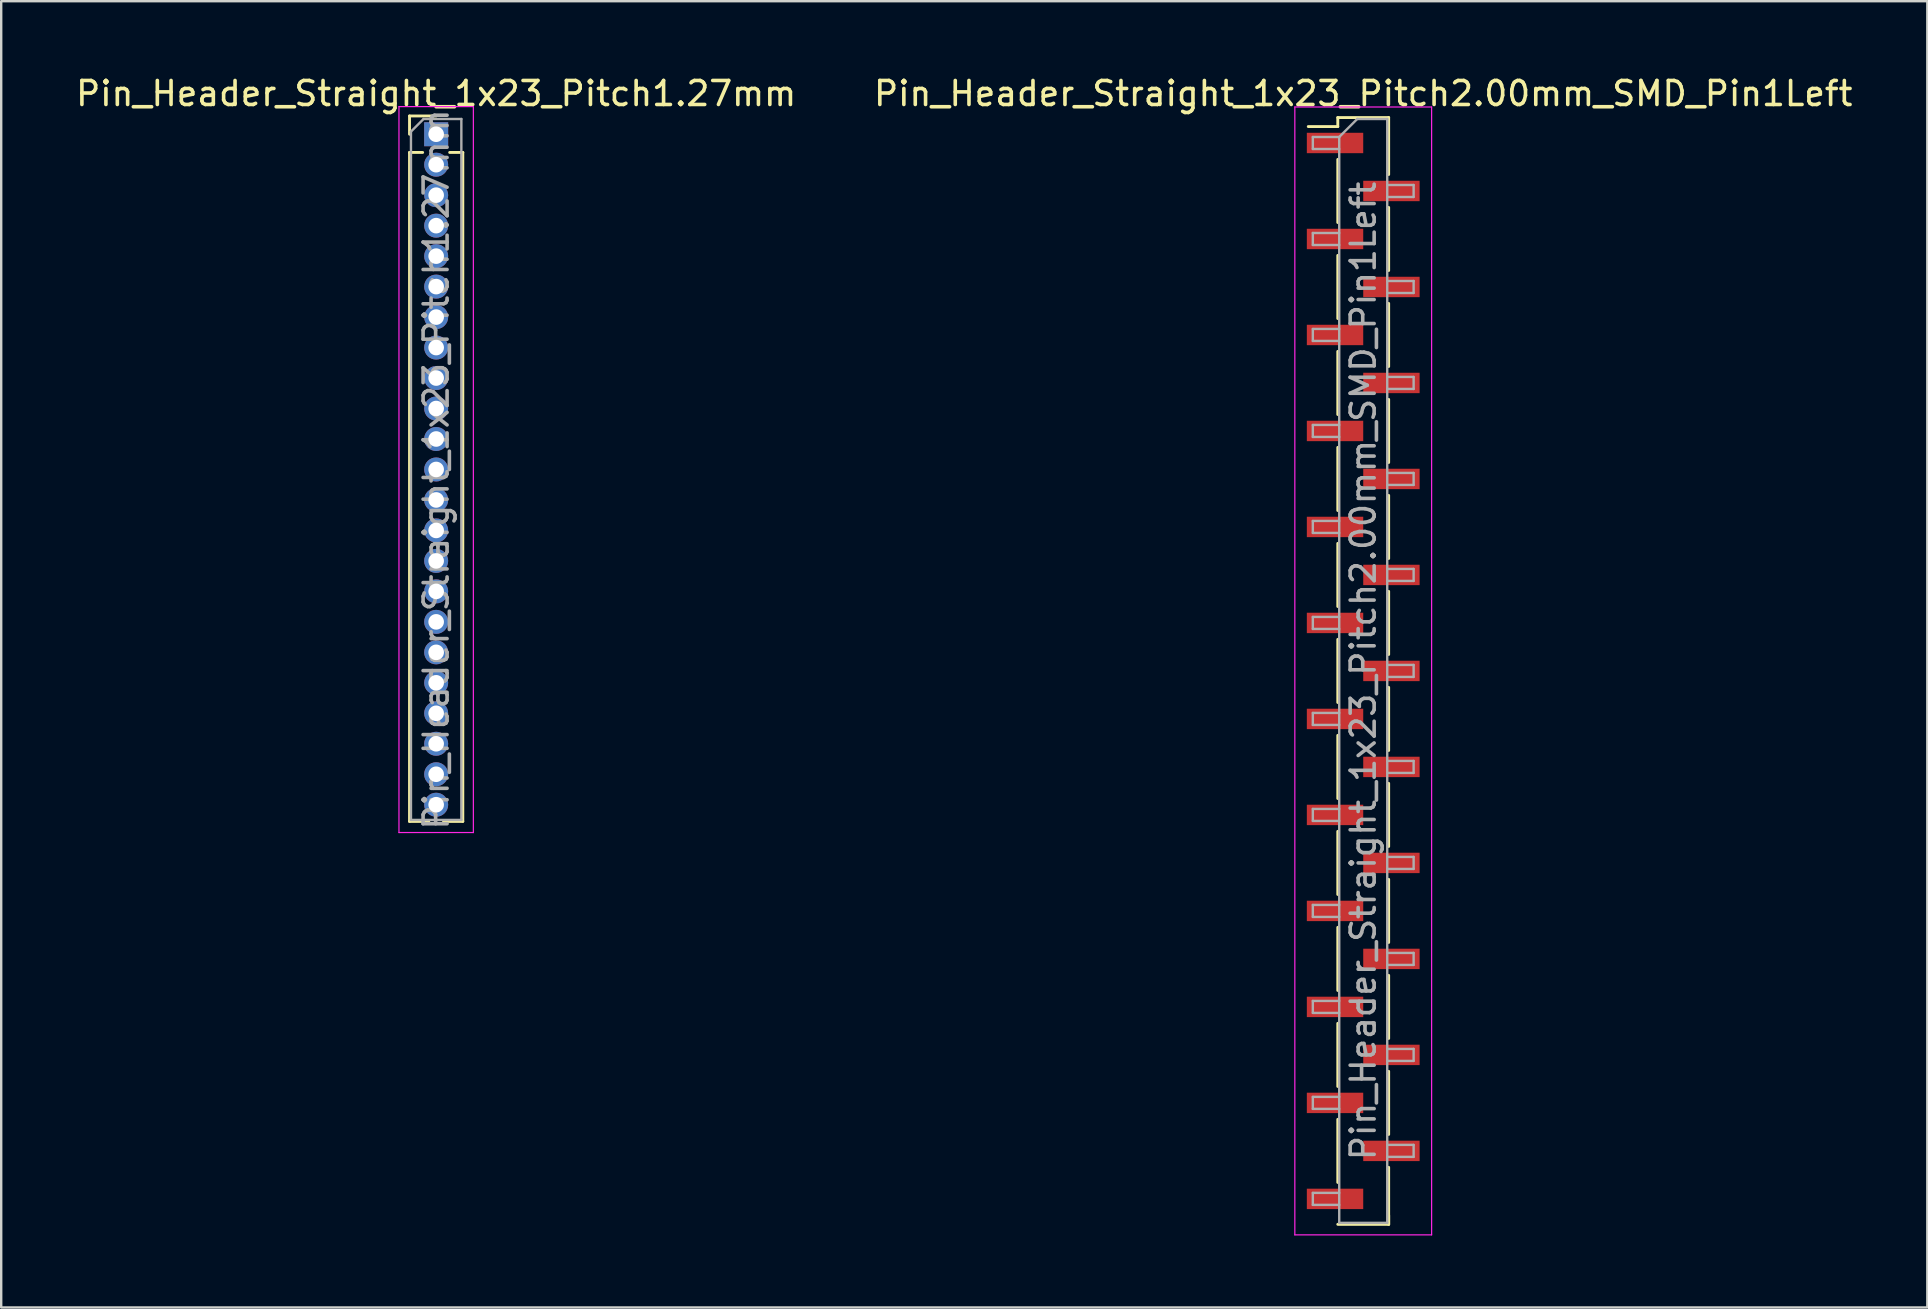
<source format=kicad_pcb>
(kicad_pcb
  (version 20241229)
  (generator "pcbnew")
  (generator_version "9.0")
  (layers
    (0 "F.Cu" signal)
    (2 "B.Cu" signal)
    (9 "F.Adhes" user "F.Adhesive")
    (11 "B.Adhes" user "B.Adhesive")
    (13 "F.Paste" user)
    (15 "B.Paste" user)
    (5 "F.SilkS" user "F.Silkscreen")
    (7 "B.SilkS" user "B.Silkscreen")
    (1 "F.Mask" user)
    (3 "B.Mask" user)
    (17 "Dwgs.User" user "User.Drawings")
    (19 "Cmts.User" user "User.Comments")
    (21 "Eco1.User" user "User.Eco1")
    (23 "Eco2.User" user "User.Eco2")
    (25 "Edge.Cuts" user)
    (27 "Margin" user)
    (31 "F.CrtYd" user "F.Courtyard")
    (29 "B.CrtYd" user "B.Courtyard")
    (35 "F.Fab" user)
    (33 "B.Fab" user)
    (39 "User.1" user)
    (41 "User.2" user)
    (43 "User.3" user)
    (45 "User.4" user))
  (footprint "Pin_Header_Straight_1x23_Pitch2.00mm_SMD_Pin1Left"
    (layer "F.Cu")
    (at 53.756 24.908)
    (property "Reference" "Pin_Header_Straight_1x23_Pitch2.00mm_SMD_Pin1Left" (at 0 -24.06 0) (layer "F.SilkS") (effects (font (size 1 1) (thickness 0.15))))
    (attr smd)
    (fp_line (start -1.06 -23.06) (end -1.06 -22.685) (stroke (width 0.12) (type solid)) (layer "F.SilkS"))
    (fp_line (start -1.06 -23.06) (end 1.06 -23.06) (stroke (width 0.12) (type solid)) (layer "F.SilkS"))
    (fp_line (start -1.06 -22.685) (end -2.29 -22.685) (stroke (width 0.12) (type solid)) (layer "F.SilkS"))
    (fp_line (start -1.06 -21.315) (end -1.06 -18.685) (stroke (width 0.12) (type solid)) (layer "F.SilkS"))
    (fp_line (start -1.06 -17.315) (end -1.06 -14.685) (stroke (width 0.12) (type solid)) (layer "F.SilkS"))
    (fp_line (start -1.06 -13.315) (end -1.06 -10.685) (stroke (width 0.12) (type solid)) (layer "F.SilkS"))
    (fp_line (start -1.06 -9.315) (end -1.06 -6.685) (stroke (width 0.12) (type solid)) (layer "F.SilkS"))
    (fp_line (start -1.06 -5.315) (end -1.06 -2.685) (stroke (width 0.12) (type solid)) (layer "F.SilkS"))
    (fp_line (start -1.06 -1.315) (end -1.06 1.315) (stroke (width 0.12) (type solid)) (layer "F.SilkS"))
    (fp_line (start -1.06 2.685) (end -1.06 5.315) (stroke (width 0.12) (type solid)) (layer "F.SilkS"))
    (fp_line (start -1.06 6.685) (end -1.06 9.315) (stroke (width 0.12) (type solid)) (layer "F.SilkS"))
    (fp_line (start -1.06 10.685) (end -1.06 13.315) (stroke (width 0.12) (type solid)) (layer "F.SilkS"))
    (fp_line (start -1.06 14.685) (end -1.06 17.315) (stroke (width 0.12) (type solid)) (layer "F.SilkS"))
    (fp_line (start -1.06 18.685) (end -1.06 21.315) (stroke (width 0.12) (type solid)) (layer "F.SilkS"))
    (fp_line (start -1.06 23.06) (end 1.06 23.06) (stroke (width 0.12) (type solid)) (layer "F.SilkS"))
    (fp_line (start 1.06 -23.06) (end 1.06 -20.685) (stroke (width 0.12) (type solid)) (layer "F.SilkS"))
    (fp_line (start 1.06 -19.315) (end 1.06 -16.685) (stroke (width 0.12) (type solid)) (layer "F.SilkS"))
    (fp_line (start 1.06 -15.315) (end 1.06 -12.685) (stroke (width 0.12) (type solid)) (layer "F.SilkS"))
    (fp_line (start 1.06 -11.315) (end 1.06 -8.685) (stroke (width 0.12) (type solid)) (layer "F.SilkS"))
    (fp_line (start 1.06 -7.315) (end 1.06 -4.685) (stroke (width 0.12) (type solid)) (layer "F.SilkS"))
    (fp_line (start 1.06 -3.315) (end 1.06 -0.685) (stroke (width 0.12) (type solid)) (layer "F.SilkS"))
    (fp_line (start 1.06 0.685) (end 1.06 3.315) (stroke (width 0.12) (type solid)) (layer "F.SilkS"))
    (fp_line (start 1.06 4.685) (end 1.06 7.315) (stroke (width 0.12) (type solid)) (layer "F.SilkS"))
    (fp_line (start 1.06 8.685) (end 1.06 11.315) (stroke (width 0.12) (type solid)) (layer "F.SilkS"))
    (fp_line (start 1.06 12.685) (end 1.06 15.315) (stroke (width 0.12) (type solid)) (layer "F.SilkS"))
    (fp_line (start 1.06 16.685) (end 1.06 19.315) (stroke (width 0.12) (type solid)) (layer "F.SilkS"))
    (fp_line (start 1.06 20.685) (end 1.06 23.06) (stroke (width 0.12) (type solid)) (layer "F.SilkS"))
    (fp_line (start 1.06 22.685) (end 1.06 23.06) (stroke (width 0.12) (type solid)) (layer "F.SilkS"))
    (fp_line (start -2.85 -23.5) (end -2.85 23.5) (stroke (width 0.05) (type solid)) (layer "F.CrtYd"))
    (fp_line (start -2.85 23.5) (end 2.85 23.5) (stroke (width 0.05) (type solid)) (layer "F.CrtYd"))
    (fp_line (start 2.85 -23.5) (end -2.85 -23.5) (stroke (width 0.05) (type solid)) (layer "F.CrtYd"))
    (fp_line (start 2.85 23.5) (end 2.85 -23.5) (stroke (width 0.05) (type solid)) (layer "F.CrtYd"))
    (fp_line (start -2.1 -22.25) (end -2.1 -21.75) (stroke (width 0.1) (type solid)) (layer "F.Fab"))
    (fp_line (start -2.1 -21.75) (end -1 -21.75) (stroke (width 0.1) (type solid)) (layer "F.Fab"))
    (fp_line (start -2.1 -18.25) (end -2.1 -17.75) (stroke (width 0.1) (type solid)) (layer "F.Fab"))
    (fp_line (start -2.1 -17.75) (end -1 -17.75) (stroke (width 0.1) (type solid)) (layer "F.Fab"))
    (fp_line (start -2.1 -14.25) (end -2.1 -13.75) (stroke (width 0.1) (type solid)) (layer "F.Fab"))
    (fp_line (start -2.1 -13.75) (end -1 -13.75) (stroke (width 0.1) (type solid)) (layer "F.Fab"))
    (fp_line (start -2.1 -10.25) (end -2.1 -9.75) (stroke (width 0.1) (type solid)) (layer "F.Fab"))
    (fp_line (start -2.1 -9.75) (end -1 -9.75) (stroke (width 0.1) (type solid)) (layer "F.Fab"))
    (fp_line (start -2.1 -6.25) (end -2.1 -5.75) (stroke (width 0.1) (type solid)) (layer "F.Fab"))
    (fp_line (start -2.1 -5.75) (end -1 -5.75) (stroke (width 0.1) (type solid)) (layer "F.Fab"))
    (fp_line (start -2.1 -2.25) (end -2.1 -1.75) (stroke (width 0.1) (type solid)) (layer "F.Fab"))
    (fp_line (start -2.1 -1.75) (end -1 -1.75) (stroke (width 0.1) (type solid)) (layer "F.Fab"))
    (fp_line (start -2.1 1.75) (end -2.1 2.25) (stroke (width 0.1) (type solid)) (layer "F.Fab"))
    (fp_line (start -2.1 2.25) (end -1 2.25) (stroke (width 0.1) (type solid)) (layer "F.Fab"))
    (fp_line (start -2.1 5.75) (end -2.1 6.25) (stroke (width 0.1) (type solid)) (layer "F.Fab"))
    (fp_line (start -2.1 6.25) (end -1 6.25) (stroke (width 0.1) (type solid)) (layer "F.Fab"))
    (fp_line (start -2.1 9.75) (end -2.1 10.25) (stroke (width 0.1) (type solid)) (layer "F.Fab"))
    (fp_line (start -2.1 10.25) (end -1 10.25) (stroke (width 0.1) (type solid)) (layer "F.Fab"))
    (fp_line (start -2.1 13.75) (end -2.1 14.25) (stroke (width 0.1) (type solid)) (layer "F.Fab"))
    (fp_line (start -2.1 14.25) (end -1 14.25) (stroke (width 0.1) (type solid)) (layer "F.Fab"))
    (fp_line (start -2.1 17.75) (end -2.1 18.25) (stroke (width 0.1) (type solid)) (layer "F.Fab"))
    (fp_line (start -2.1 18.25) (end -1 18.25) (stroke (width 0.1) (type solid)) (layer "F.Fab"))
    (fp_line (start -2.1 21.75) (end -2.1 22.25) (stroke (width 0.1) (type solid)) (layer "F.Fab"))
    (fp_line (start -2.1 22.25) (end -1 22.25) (stroke (width 0.1) (type solid)) (layer "F.Fab"))
    (fp_line (start -1 -22.25) (end -2.1 -22.25) (stroke (width 0.1) (type solid)) (layer "F.Fab"))
    (fp_line (start -1 -22.25) (end -0.25 -23) (stroke (width 0.1) (type solid)) (layer "F.Fab"))
    (fp_line (start -1 -18.25) (end -2.1 -18.25) (stroke (width 0.1) (type solid)) (layer "F.Fab"))
    (fp_line (start -1 -14.25) (end -2.1 -14.25) (stroke (width 0.1) (type solid)) (layer "F.Fab"))
    (fp_line (start -1 -10.25) (end -2.1 -10.25) (stroke (width 0.1) (type solid)) (layer "F.Fab"))
    (fp_line (start -1 -6.25) (end -2.1 -6.25) (stroke (width 0.1) (type solid)) (layer "F.Fab"))
    (fp_line (start -1 -2.25) (end -2.1 -2.25) (stroke (width 0.1) (type solid)) (layer "F.Fab"))
    (fp_line (start -1 1.75) (end -2.1 1.75) (stroke (width 0.1) (type solid)) (layer "F.Fab"))
    (fp_line (start -1 5.75) (end -2.1 5.75) (stroke (width 0.1) (type solid)) (layer "F.Fab"))
    (fp_line (start -1 9.75) (end -2.1 9.75) (stroke (width 0.1) (type solid)) (layer "F.Fab"))
    (fp_line (start -1 13.75) (end -2.1 13.75) (stroke (width 0.1) (type solid)) (layer "F.Fab"))
    (fp_line (start -1 17.75) (end -2.1 17.75) (stroke (width 0.1) (type solid)) (layer "F.Fab"))
    (fp_line (start -1 21.75) (end -2.1 21.75) (stroke (width 0.1) (type solid)) (layer "F.Fab"))
    (fp_line (start -1 23) (end -1 -22.25) (stroke (width 0.1) (type solid)) (layer "F.Fab"))
    (fp_line (start -0.25 -23) (end 1 -23) (stroke (width 0.1) (type solid)) (layer "F.Fab"))
    (fp_line (start 1 -23) (end 1 23) (stroke (width 0.1) (type solid)) (layer "F.Fab"))
    (fp_line (start 1 -20.25) (end 2.1 -20.25) (stroke (width 0.1) (type solid)) (layer "F.Fab"))
    (fp_line (start 1 -16.25) (end 2.1 -16.25) (stroke (width 0.1) (type solid)) (layer "F.Fab"))
    (fp_line (start 1 -12.25) (end 2.1 -12.25) (stroke (width 0.1) (type solid)) (layer "F.Fab"))
    (fp_line (start 1 -8.25) (end 2.1 -8.25) (stroke (width 0.1) (type solid)) (layer "F.Fab"))
    (fp_line (start 1 -4.25) (end 2.1 -4.25) (stroke (width 0.1) (type solid)) (layer "F.Fab"))
    (fp_line (start 1 -0.25) (end 2.1 -0.25) (stroke (width 0.1) (type solid)) (layer "F.Fab"))
    (fp_line (start 1 3.75) (end 2.1 3.75) (stroke (width 0.1) (type solid)) (layer "F.Fab"))
    (fp_line (start 1 7.75) (end 2.1 7.75) (stroke (width 0.1) (type solid)) (layer "F.Fab"))
    (fp_line (start 1 11.75) (end 2.1 11.75) (stroke (width 0.1) (type solid)) (layer "F.Fab"))
    (fp_line (start 1 15.75) (end 2.1 15.75) (stroke (width 0.1) (type solid)) (layer "F.Fab"))
    (fp_line (start 1 19.75) (end 2.1 19.75) (stroke (width 0.1) (type solid)) (layer "F.Fab"))
    (fp_line (start 1 23) (end -1 23) (stroke (width 0.1) (type solid)) (layer "F.Fab"))
    (fp_line (start 2.1 -20.25) (end 2.1 -19.75) (stroke (width 0.1) (type solid)) (layer "F.Fab"))
    (fp_line (start 2.1 -19.75) (end 1 -19.75) (stroke (width 0.1) (type solid)) (layer "F.Fab"))
    (fp_line (start 2.1 -16.25) (end 2.1 -15.75) (stroke (width 0.1) (type solid)) (layer "F.Fab"))
    (fp_line (start 2.1 -15.75) (end 1 -15.75) (stroke (width 0.1) (type solid)) (layer "F.Fab"))
    (fp_line (start 2.1 -12.25) (end 2.1 -11.75) (stroke (width 0.1) (type solid)) (layer "F.Fab"))
    (fp_line (start 2.1 -11.75) (end 1 -11.75) (stroke (width 0.1) (type solid)) (layer "F.Fab"))
    (fp_line (start 2.1 -8.25) (end 2.1 -7.75) (stroke (width 0.1) (type solid)) (layer "F.Fab"))
    (fp_line (start 2.1 -7.75) (end 1 -7.75) (stroke (width 0.1) (type solid)) (layer "F.Fab"))
    (fp_line (start 2.1 -4.25) (end 2.1 -3.75) (stroke (width 0.1) (type solid)) (layer "F.Fab"))
    (fp_line (start 2.1 -3.75) (end 1 -3.75) (stroke (width 0.1) (type solid)) (layer "F.Fab"))
    (fp_line (start 2.1 -0.25) (end 2.1 0.25) (stroke (width 0.1) (type solid)) (layer "F.Fab"))
    (fp_line (start 2.1 0.25) (end 1 0.25) (stroke (width 0.1) (type solid)) (layer "F.Fab"))
    (fp_line (start 2.1 3.75) (end 2.1 4.25) (stroke (width 0.1) (type solid)) (layer "F.Fab"))
    (fp_line (start 2.1 4.25) (end 1 4.25) (stroke (width 0.1) (type solid)) (layer "F.Fab"))
    (fp_line (start 2.1 7.75) (end 2.1 8.25) (stroke (width 0.1) (type solid)) (layer "F.Fab"))
    (fp_line (start 2.1 8.25) (end 1 8.25) (stroke (width 0.1) (type solid)) (layer "F.Fab"))
    (fp_line (start 2.1 11.75) (end 2.1 12.25) (stroke (width 0.1) (type solid)) (layer "F.Fab"))
    (fp_line (start 2.1 12.25) (end 1 12.25) (stroke (width 0.1) (type solid)) (layer "F.Fab"))
    (fp_line (start 2.1 15.75) (end 2.1 16.25) (stroke (width 0.1) (type solid)) (layer "F.Fab"))
    (fp_line (start 2.1 16.25) (end 1 16.25) (stroke (width 0.1) (type solid)) (layer "F.Fab"))
    (fp_line (start 2.1 19.75) (end 2.1 20.25) (stroke (width 0.1) (type solid)) (layer "F.Fab"))
    (fp_line (start 2.1 20.25) (end 1 20.25) (stroke (width 0.1) (type solid)) (layer "F.Fab"))
    (fp_text user "${REFERENCE}" (at 0 0 90) (layer "F.Fab") (effects (font (size 1 1) (thickness 0.15))))
    (pad "1" smd rect (at -1.175 -22) (size 2.35 0.85) (layers "F.Cu" "F.Mask" "F.Paste"))
    (pad "2" smd rect (at 1.175 -20) (size 2.35 0.85) (layers "F.Cu" "F.Mask" "F.Paste"))
    (pad "3" smd rect (at -1.175 -18) (size 2.35 0.85) (layers "F.Cu" "F.Mask" "F.Paste"))
    (pad "4" smd rect (at 1.175 -16) (size 2.35 0.85) (layers "F.Cu" "F.Mask" "F.Paste"))
    (pad "5" smd rect (at -1.175 -14) (size 2.35 0.85) (layers "F.Cu" "F.Mask" "F.Paste"))
    (pad "6" smd rect (at 1.175 -12) (size 2.35 0.85) (layers "F.Cu" "F.Mask" "F.Paste"))
    (pad "7" smd rect (at -1.175 -10) (size 2.35 0.85) (layers "F.Cu" "F.Mask" "F.Paste"))
    (pad "8" smd rect (at 1.175 -8) (size 2.35 0.85) (layers "F.Cu" "F.Mask" "F.Paste"))
    (pad "9" smd rect (at -1.175 -6) (size 2.35 0.85) (layers "F.Cu" "F.Mask" "F.Paste"))
    (pad "10" smd rect (at 1.175 -4) (size 2.35 0.85) (layers "F.Cu" "F.Mask" "F.Paste"))
    (pad "11" smd rect (at -1.175 -2) (size 2.35 0.85) (layers "F.Cu" "F.Mask" "F.Paste"))
    (pad "12" smd rect (at 1.175 0) (size 2.35 0.85) (layers "F.Cu" "F.Mask" "F.Paste"))
    (pad "13" smd rect (at -1.175 2) (size 2.35 0.85) (layers "F.Cu" "F.Mask" "F.Paste"))
    (pad "14" smd rect (at 1.175 4) (size 2.35 0.85) (layers "F.Cu" "F.Mask" "F.Paste"))
    (pad "15" smd rect (at -1.175 6) (size 2.35 0.85) (layers "F.Cu" "F.Mask" "F.Paste"))
    (pad "16" smd rect (at 1.175 8) (size 2.35 0.85) (layers "F.Cu" "F.Mask" "F.Paste"))
    (pad "17" smd rect (at -1.175 10) (size 2.35 0.85) (layers "F.Cu" "F.Mask" "F.Paste"))
    (pad "18" smd rect (at 1.175 12) (size 2.35 0.85) (layers "F.Cu" "F.Mask" "F.Paste"))
    (pad "19" smd rect (at -1.175 14) (size 2.35 0.85) (layers "F.Cu" "F.Mask" "F.Paste"))
    (pad "20" smd rect (at 1.175 16) (size 2.35 0.85) (layers "F.Cu" "F.Mask" "F.Paste"))
    (pad "21" smd rect (at -1.175 18) (size 2.35 0.85) (layers "F.Cu" "F.Mask" "F.Paste"))
    (pad "22" smd rect (at 1.175 20) (size 2.35 0.85) (layers "F.Cu" "F.Mask" "F.Paste"))
    (pad "23" smd rect (at -1.175 22) (size 2.35 0.85) (layers "F.Cu" "F.Mask" "F.Paste")))
  (footprint "Pin_Header_Straight_1x23_Pitch1.27mm"
    (layer "F.Cu")
    (at 15.125 2.543)
    (property "Reference" "Pin_Header_Straight_1x23_Pitch1.27mm" (at 0 -1.695 0) (layer "F.SilkS") (effects (font (size 1 1) (thickness 0.15))))
    (attr through_hole)
    (fp_line (start -1.11 -0.76) (end 0 -0.76) (stroke (width 0.12) (type solid)) (layer "F.SilkS"))
    (fp_line (start -1.11 0) (end -1.11 -0.76) (stroke (width 0.12) (type solid)) (layer "F.SilkS"))
    (fp_line (start -1.11 0.76) (end -1.11 28.635) (stroke (width 0.12) (type solid)) (layer "F.SilkS"))
    (fp_line (start -1.11 0.76) (end -0.563 0.76) (stroke (width 0.12) (type solid)) (layer "F.SilkS"))
    (fp_line (start -1.11 28.635) (end -0.308 28.635) (stroke (width 0.12) (type solid)) (layer "F.SilkS"))
    (fp_line (start 0.308 28.635) (end 1.11 28.635) (stroke (width 0.12) (type solid)) (layer "F.SilkS"))
    (fp_line (start 0.563 0.76) (end 1.11 0.76) (stroke (width 0.12) (type solid)) (layer "F.SilkS"))
    (fp_line (start 1.11 0.76) (end 1.11 28.635) (stroke (width 0.12) (type solid)) (layer "F.SilkS"))
    (fp_line (start -1.55 -1.15) (end -1.55 29.1) (stroke (width 0.05) (type solid)) (layer "F.CrtYd"))
    (fp_line (start -1.55 29.1) (end 1.55 29.1) (stroke (width 0.05) (type solid)) (layer "F.CrtYd"))
    (fp_line (start 1.55 -1.15) (end -1.55 -1.15) (stroke (width 0.05) (type solid)) (layer "F.CrtYd"))
    (fp_line (start 1.55 29.1) (end 1.55 -1.15) (stroke (width 0.05) (type solid)) (layer "F.CrtYd"))
    (fp_line (start -1.05 -0.11) (end -0.525 -0.635) (stroke (width 0.1) (type solid)) (layer "F.Fab"))
    (fp_line (start -1.05 28.575) (end -1.05 -0.11) (stroke (width 0.1) (type solid)) (layer "F.Fab"))
    (fp_line (start -0.525 -0.635) (end 1.05 -0.635) (stroke (width 0.1) (type solid)) (layer "F.Fab"))
    (fp_line (start 1.05 -0.635) (end 1.05 28.575) (stroke (width 0.1) (type solid)) (layer "F.Fab"))
    (fp_line (start 1.05 28.575) (end -1.05 28.575) (stroke (width 0.1) (type solid)) (layer "F.Fab"))
    (fp_text user "${REFERENCE}" (at 0 13.97 90) (layer "F.Fab") (effects (font (size 1 1) (thickness 0.15))))
    (pad "1" thru_hole rect (at 0 0) (size 1 1) (drill 0.65) (layers "*.Cu" "*.Mask"))
    (pad "2" thru_hole oval (at 0 1.27) (size 1 1) (drill 0.65) (layers "*.Cu" "*.Mask"))
    (pad "3" thru_hole oval (at 0 2.54) (size 1 1) (drill 0.65) (layers "*.Cu" "*.Mask"))
    (pad "4" thru_hole oval (at 0 3.81) (size 1 1) (drill 0.65) (layers "*.Cu" "*.Mask"))
    (pad "5" thru_hole oval (at 0 5.08) (size 1 1) (drill 0.65) (layers "*.Cu" "*.Mask"))
    (pad "6" thru_hole oval (at 0 6.35) (size 1 1) (drill 0.65) (layers "*.Cu" "*.Mask"))
    (pad "7" thru_hole oval (at 0 7.62) (size 1 1) (drill 0.65) (layers "*.Cu" "*.Mask"))
    (pad "8" thru_hole oval (at 0 8.89) (size 1 1) (drill 0.65) (layers "*.Cu" "*.Mask"))
    (pad "9" thru_hole oval (at 0 10.16) (size 1 1) (drill 0.65) (layers "*.Cu" "*.Mask"))
    (pad "10" thru_hole oval (at 0 11.43) (size 1 1) (drill 0.65) (layers "*.Cu" "*.Mask"))
    (pad "11" thru_hole oval (at 0 12.7) (size 1 1) (drill 0.65) (layers "*.Cu" "*.Mask"))
    (pad "12" thru_hole oval (at 0 13.97) (size 1 1) (drill 0.65) (layers "*.Cu" "*.Mask"))
    (pad "13" thru_hole oval (at 0 15.24) (size 1 1) (drill 0.65) (layers "*.Cu" "*.Mask"))
    (pad "14" thru_hole oval (at 0 16.51) (size 1 1) (drill 0.65) (layers "*.Cu" "*.Mask"))
    (pad "15" thru_hole oval (at 0 17.78) (size 1 1) (drill 0.65) (layers "*.Cu" "*.Mask"))
    (pad "16" thru_hole oval (at 0 19.05) (size 1 1) (drill 0.65) (layers "*.Cu" "*.Mask"))
    (pad "17" thru_hole oval (at 0 20.32) (size 1 1) (drill 0.65) (layers "*.Cu" "*.Mask"))
    (pad "18" thru_hole oval (at 0 21.59) (size 1 1) (drill 0.65) (layers "*.Cu" "*.Mask"))
    (pad "19" thru_hole oval (at 0 22.86) (size 1 1) (drill 0.65) (layers "*.Cu" "*.Mask"))
    (pad "20" thru_hole oval (at 0 24.13) (size 1 1) (drill 0.65) (layers "*.Cu" "*.Mask"))
    (pad "21" thru_hole oval (at 0 25.4) (size 1 1) (drill 0.65) (layers "*.Cu" "*.Mask"))
    (pad "22" thru_hole oval (at 0 26.67) (size 1 1) (drill 0.65) (layers "*.Cu" "*.Mask"))
    (pad "23" thru_hole oval (at 0 27.94) (size 1 1) (drill 0.65) (layers "*.Cu" "*.Mask")))
  (gr_rect
    (start -3 -3)
    (end 77.262 51.433)
    (stroke (width 0.1) (type default))
    (fill no)
    (layer "Edge.Cuts")))
</source>
